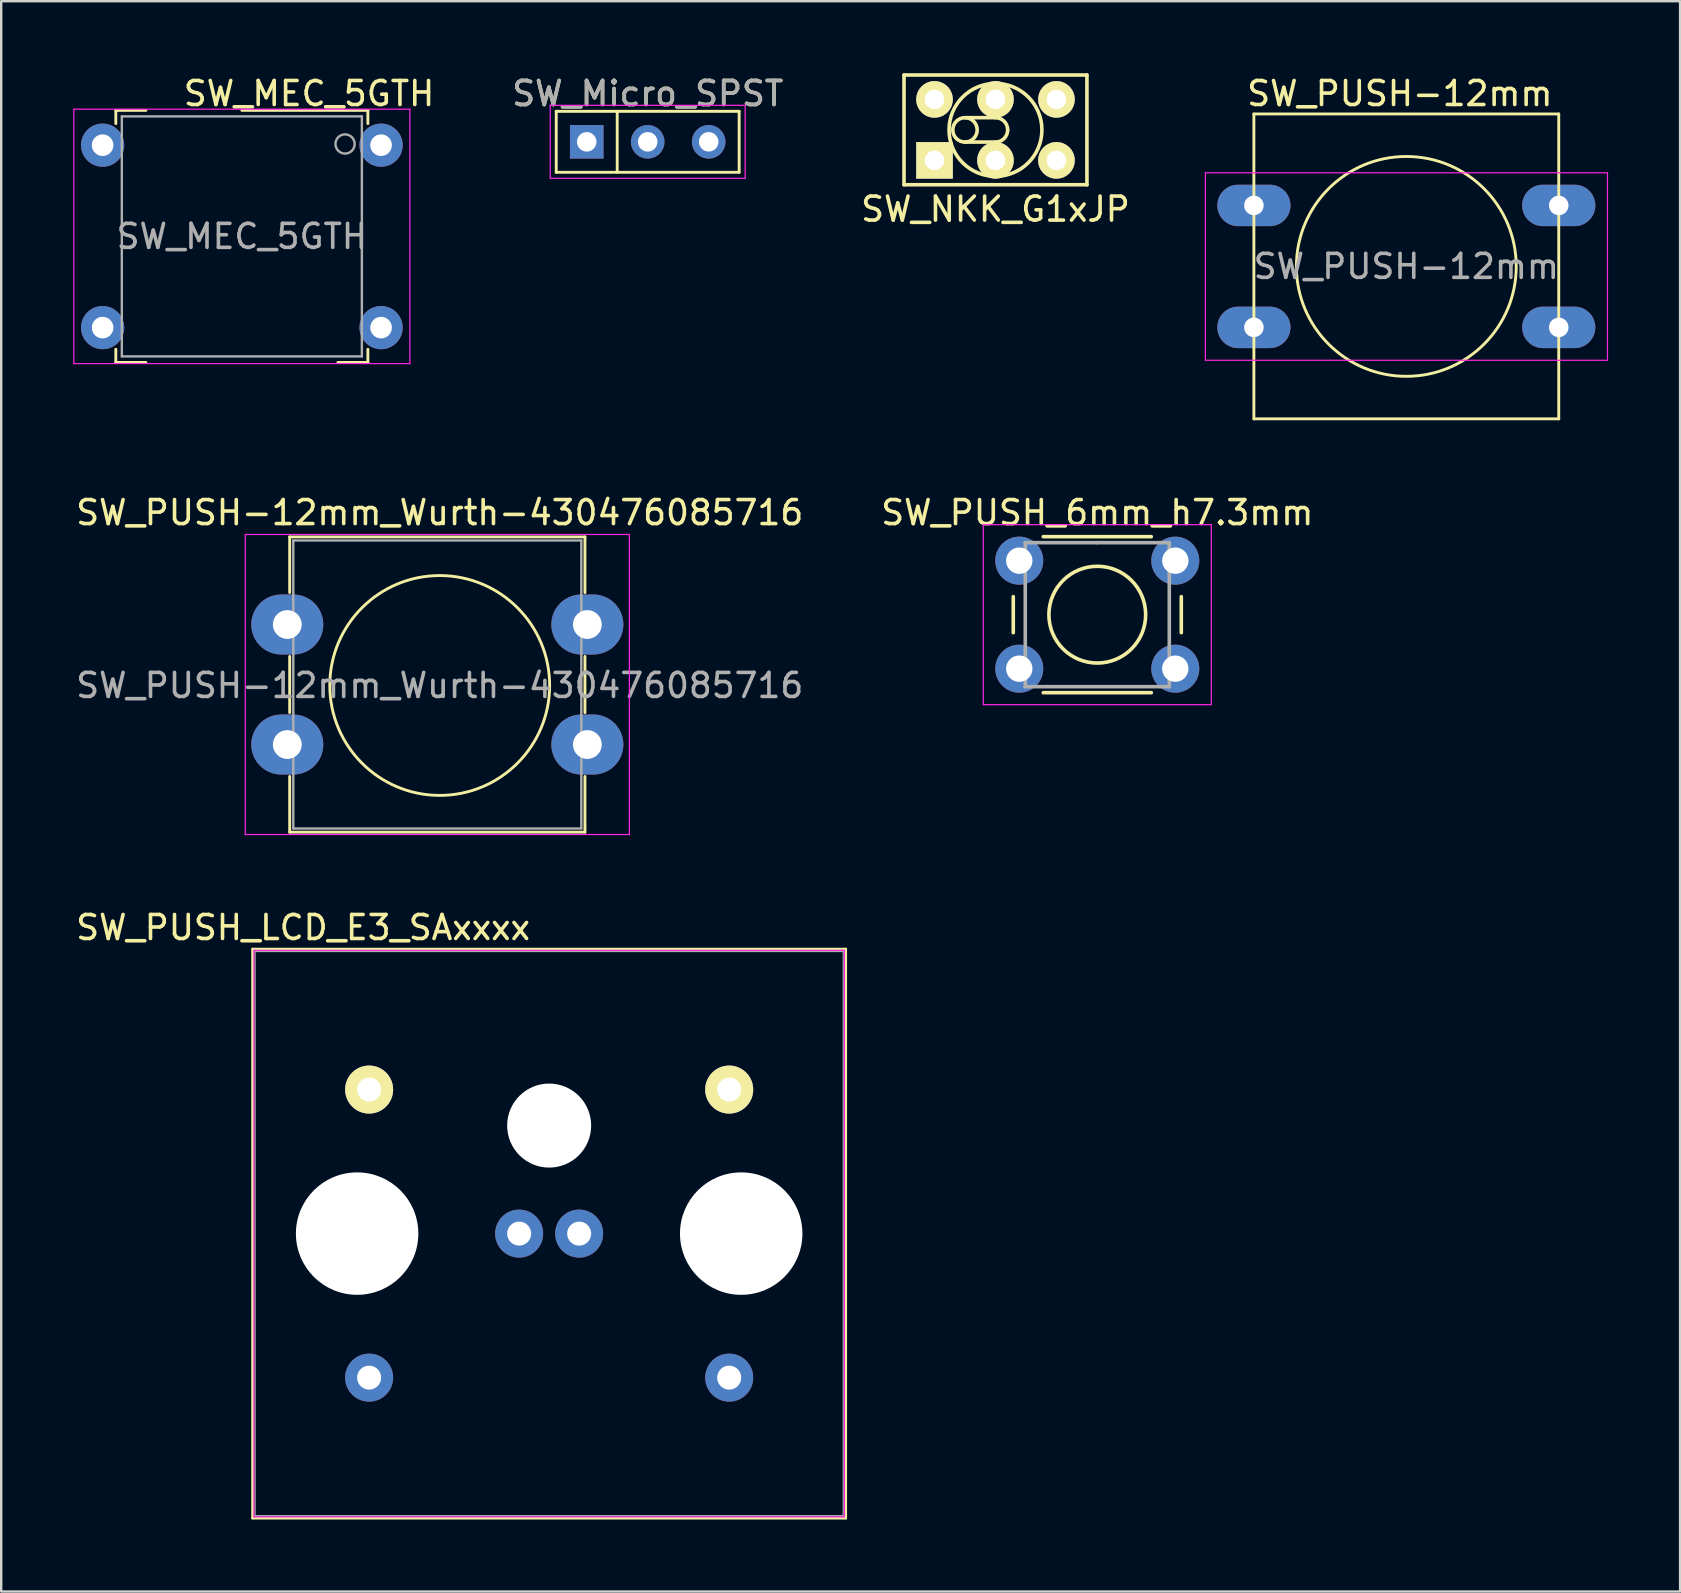
<source format=kicad_pcb>
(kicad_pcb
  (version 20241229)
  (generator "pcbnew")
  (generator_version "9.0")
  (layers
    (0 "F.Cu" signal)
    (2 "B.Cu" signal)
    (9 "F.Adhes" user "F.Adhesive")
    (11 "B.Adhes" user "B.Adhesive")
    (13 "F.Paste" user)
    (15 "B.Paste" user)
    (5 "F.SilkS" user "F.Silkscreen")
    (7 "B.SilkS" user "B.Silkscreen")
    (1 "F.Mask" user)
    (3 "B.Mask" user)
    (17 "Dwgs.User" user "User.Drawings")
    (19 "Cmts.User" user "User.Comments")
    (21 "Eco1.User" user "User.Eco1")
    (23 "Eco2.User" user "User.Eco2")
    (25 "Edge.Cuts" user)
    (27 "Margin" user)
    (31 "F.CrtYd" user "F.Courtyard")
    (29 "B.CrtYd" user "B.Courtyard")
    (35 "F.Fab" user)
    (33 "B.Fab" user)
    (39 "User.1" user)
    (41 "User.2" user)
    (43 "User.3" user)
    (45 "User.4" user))
  (footprint "SW_NKK_G1xJP"
    (layer "F.Cu")
    (at 38.42 2.361)
    (property "Reference" "SW_NKK_G1xJP" (at 0 3.302 0) (layer "F.SilkS") (effects (font (size 1 1) (thickness 0.15))))
    (attr through_hole)
    (fp_line (start -3.81 -2.286) (end -3.81 2.286) (stroke (width 0.15) (type solid)) (layer "F.SilkS"))
    (fp_line (start -3.81 -2.286) (end 3.81 -2.286) (stroke (width 0.15) (type solid)) (layer "F.SilkS"))
    (fp_line (start -1.27 -0.508) (end 0 -0.508) (stroke (width 0.15) (type solid)) (layer "F.SilkS"))
    (fp_line (start 0 0.508) (end -1.27 0.508) (stroke (width 0.15) (type solid)) (layer "F.SilkS"))
    (fp_line (start 3.81 -2.286) (end 3.81 2.286) (stroke (width 0.15) (type solid)) (layer "F.SilkS"))
    (fp_line (start 3.81 2.286) (end -3.81 2.286) (stroke (width 0.15) (type solid)) (layer "F.SilkS"))
    (fp_arc (start 0 -0.508) (mid 0.35921 -0.35921) (end 0.508 0) (stroke (width 0.15) (type solid)) (layer "F.SilkS"))
    (fp_arc (start 0.508 0) (mid 0.35921 0.35921) (end 0 0.508) (stroke (width 0.15) (type solid)) (layer "F.SilkS"))
    (fp_circle (center -1.27 0) (end -1.778 0) (stroke (width 0.15) (type solid)) (fill no) (layer "F.SilkS"))
    (fp_circle (center 0 0) (end -0.762 -1.778) (stroke (width 0.15) (type solid)) (fill no) (layer "F.SilkS"))
    (pad "1" thru_hole rect (at -2.54 1.27) (size 1.524 1.524) (drill 0.813) (layers "*.Cu" "*.Mask" "F.SilkS"))
    (pad "2" thru_hole circle (at 0 1.27) (size 1.524 1.524) (drill 0.813) (layers "*.Cu" "*.Mask" "F.SilkS"))
    (pad "3" thru_hole circle (at 2.54 1.27) (size 1.524 1.524) (drill 0.813) (layers "*.Cu" "*.Mask" "F.SilkS"))
    (pad "4" thru_hole circle (at 2.54 -1.27) (size 1.524 1.524) (drill 0.813) (layers "*.Cu" "*.Mask" "F.SilkS"))
    (pad "5" thru_hole circle (at 0 -1.27) (size 1.524 1.524) (drill 0.813) (layers "*.Cu" "*.Mask" "F.SilkS"))
    (pad "6" thru_hole circle (at -2.54 -1.27) (size 1.524 1.524) (drill 0.813) (layers "*.Cu" "*.Mask" "F.SilkS")))
  (footprint "SW_PUSH_6mm_h7.3mm"
    (layer "F.Cu")
    (at 39.411 20.306)
    (property "Reference" "SW_PUSH_6mm_h7.3mm" (at 3.25 -2 0) (layer "F.SilkS") (effects (font (size 1 1) (thickness 0.15))))
    (attr through_hole)
    (fp_line (start -0.25 1.5) (end -0.25 3) (stroke (width 0.15) (type solid)) (layer "F.SilkS"))
    (fp_line (start 1 5.5) (end 5.5 5.5) (stroke (width 0.15) (type solid)) (layer "F.SilkS"))
    (fp_line (start 5.5 -1) (end 1 -1) (stroke (width 0.15) (type solid)) (layer "F.SilkS"))
    (fp_line (start 6.75 3) (end 6.75 1.5) (stroke (width 0.15) (type solid)) (layer "F.SilkS"))
    (fp_circle (center 3.25 2.25) (end 1.25 2.5) (stroke (width 0.15) (type solid)) (fill no) (layer "F.SilkS"))
    (fp_line (start -1.5 -1.5) (end -1.25 -1.5) (stroke (width 0.05) (type solid)) (layer "F.CrtYd"))
    (fp_line (start -1.5 -1.25) (end -1.5 -1.5) (stroke (width 0.05) (type solid)) (layer "F.CrtYd"))
    (fp_line (start -1.5 5.75) (end -1.5 -1.25) (stroke (width 0.05) (type solid)) (layer "F.CrtYd"))
    (fp_line (start -1.5 5.75) (end -1.5 6) (stroke (width 0.05) (type solid)) (layer "F.CrtYd"))
    (fp_line (start -1.5 6) (end -1.25 6) (stroke (width 0.05) (type solid)) (layer "F.CrtYd"))
    (fp_line (start -1.25 -1.5) (end 7.75 -1.5) (stroke (width 0.05) (type solid)) (layer "F.CrtYd"))
    (fp_line (start 7.75 -1.5) (end 8 -1.5) (stroke (width 0.05) (type solid)) (layer "F.CrtYd"))
    (fp_line (start 7.75 6) (end -1.25 6) (stroke (width 0.05) (type solid)) (layer "F.CrtYd"))
    (fp_line (start 7.75 6) (end 8 6) (stroke (width 0.05) (type solid)) (layer "F.CrtYd"))
    (fp_line (start 8 -1.5) (end 8 -1.25) (stroke (width 0.05) (type solid)) (layer "F.CrtYd"))
    (fp_line (start 8 -1.25) (end 8 5.75) (stroke (width 0.05) (type solid)) (layer "F.CrtYd"))
    (fp_line (start 8 6) (end 8 5.75) (stroke (width 0.05) (type solid)) (layer "F.CrtYd"))
    (fp_line (start 0.25 -0.75) (end 3.25 -0.75) (stroke (width 0.15) (type solid)) (layer "F.Fab"))
    (fp_line (start 0.25 5.25) (end 0.25 -0.75) (stroke (width 0.15) (type solid)) (layer "F.Fab"))
    (fp_line (start 3.25 -0.75) (end 6.25 -0.75) (stroke (width 0.15) (type solid)) (layer "F.Fab"))
    (fp_line (start 6.25 -0.75) (end 6.25 5.25) (stroke (width 0.15) (type solid)) (layer "F.Fab"))
    (fp_line (start 6.25 5.25) (end 0.25 5.25) (stroke (width 0.15) (type solid)) (layer "F.Fab"))
    (pad "1" thru_hole circle (at 0 0 90) (size 2 2) (drill 1.1) (layers "*.Cu" "*.Mask"))
    (pad "1" thru_hole circle (at 6.5 0 90) (size 2 2) (drill 1.1) (layers "*.Cu" "*.Mask"))
    (pad "2" thru_hole circle (at 0 4.5 90) (size 2 2) (drill 1.1) (layers "*.Cu" "*.Mask"))
    (pad "2" thru_hole circle (at 6.5 4.5 90) (size 2 2) (drill 1.1) (layers "*.Cu" "*.Mask")))
  (footprint "SW_PUSH-12mm_Wurth-430476085716"
    (layer "F.Cu")
    (at 8.918 22.966)
    (property "Reference" "SW_PUSH-12mm_Wurth-430476085716" (at 6.35 -4.66 0) (layer "F.SilkS") (effects (font (size 1 1) (thickness 0.15))))
    (attr through_hole)
    (fp_line (start 0.1 -3.65) (end 12.4 -3.65) (stroke (width 0.12) (type solid)) (layer "F.SilkS"))
    (fp_line (start 0.1 -1.33) (end 0.1 -3.65) (stroke (width 0.12) (type solid)) (layer "F.SilkS"))
    (fp_line (start 0.1 3.67) (end 0.1 1.33) (stroke (width 0.12) (type solid)) (layer "F.SilkS"))
    (fp_line (start 0.1 8.65) (end 0.1 6.33) (stroke (width 0.12) (type solid)) (layer "F.SilkS"))
    (fp_line (start 12.4 -3.65) (end 12.4 -1.33) (stroke (width 0.12) (type solid)) (layer "F.SilkS"))
    (fp_line (start 12.4 1.33) (end 12.4 3.67) (stroke (width 0.12) (type solid)) (layer "F.SilkS"))
    (fp_line (start 12.4 6.33) (end 12.4 8.65) (stroke (width 0.12) (type solid)) (layer "F.SilkS"))
    (fp_line (start 12.4 8.65) (end 0.1 8.65) (stroke (width 0.12) (type solid)) (layer "F.SilkS"))
    (fp_circle (center 6.35 2.54) (end 10.929 2.54) (stroke (width 0.12) (type solid)) (fill no) (layer "F.SilkS"))
    (fp_line (start -1.75 -3.75) (end -1.75 8.75) (stroke (width 0.05) (type solid)) (layer "F.CrtYd"))
    (fp_line (start -1.75 8.75) (end 14.25 8.75) (stroke (width 0.05) (type solid)) (layer "F.CrtYd"))
    (fp_line (start 14.25 -3.75) (end -1.75 -3.75) (stroke (width 0.05) (type solid)) (layer "F.CrtYd"))
    (fp_line (start 14.25 8.75) (end 14.25 -3.75) (stroke (width 0.05) (type solid)) (layer "F.CrtYd"))
    (fp_line (start 0.25 -3.5) (end 0.25 8.5) (stroke (width 0.1) (type solid)) (layer "F.Fab"))
    (fp_line (start 0.25 8.5) (end 12.25 8.5) (stroke (width 0.1) (type solid)) (layer "F.Fab"))
    (fp_line (start 12.25 -3.5) (end 0.25 -3.5) (stroke (width 0.1) (type solid)) (layer "F.Fab"))
    (fp_line (start 12.25 8.5) (end 12.25 -3.5) (stroke (width 0.1) (type solid)) (layer "F.Fab"))
    (fp_text user "${REFERENCE}" (at 6.35 2.54 0) (layer "F.Fab") (effects (font (size 1 1) (thickness 0.15))))
    (pad "1" thru_hole oval (at 0 0) (size 3 2.5) (drill 1.2) (layers "*.Cu" "*.Mask"))
    (pad "1" thru_hole oval (at 12.5 0) (size 3 2.5) (drill 1.2) (layers "*.Cu" "*.Mask"))
    (pad "2" thru_hole oval (at 0 5) (size 3 2.5) (drill 1.2) (layers "*.Cu" "*.Mask"))
    (pad "2" thru_hole oval (at 12.5 5) (size 3 2.5) (drill 1.2) (layers "*.Cu" "*.Mask")))
  (footprint "SW_MEC_5GTH"
    (layer "F.Cu")
    (at 12.825 2.998)
    (property "Reference" "SW_MEC_5GTH" (at -3 -2.15 0) (layer "F.SilkS") (effects (font (size 1 1) (thickness 0.15))))
    (attr through_hole)
    (fp_line (start -11.05 -1.45) (end -9.8 -1.45) (stroke (width 0.12) (type solid)) (layer "F.SilkS"))
    (fp_line (start -11.05 -0.9) (end -11.05 -1.45) (stroke (width 0.12) (type solid)) (layer "F.SilkS"))
    (fp_line (start -11.05 8.5) (end -11.05 9.05) (stroke (width 0.12) (type solid)) (layer "F.SilkS"))
    (fp_line (start -11.05 9.05) (end -9.8 9.05) (stroke (width 0.12) (type solid)) (layer "F.SilkS"))
    (fp_line (start -0.55 -1.45) (end -5.8 -1.45) (stroke (width 0.12) (type solid)) (layer "F.SilkS"))
    (fp_line (start -0.55 -0.9) (end -0.55 -1.45) (stroke (width 0.12) (type solid)) (layer "F.SilkS"))
    (fp_line (start -0.55 8.5) (end -0.55 9.05) (stroke (width 0.12) (type solid)) (layer "F.SilkS"))
    (fp_line (start -0.55 9.05) (end -1.8 9.05) (stroke (width 0.12) (type solid)) (layer "F.SilkS"))
    (fp_line (start -12.8 -1.5) (end 1.2 -1.5) (stroke (width 0.05) (type solid)) (layer "F.CrtYd"))
    (fp_line (start -12.8 9.1) (end -12.8 -1.5) (stroke (width 0.05) (type solid)) (layer "F.CrtYd"))
    (fp_line (start 1.2 -1.5) (end 1.2 9.1) (stroke (width 0.05) (type solid)) (layer "F.CrtYd"))
    (fp_line (start 1.2 9.1) (end -12.8 9.1) (stroke (width 0.05) (type solid)) (layer "F.CrtYd"))
    (fp_line (start -10.8 -1.2) (end -0.8 -1.2) (stroke (width 0.1) (type solid)) (layer "F.Fab"))
    (fp_line (start -10.8 8.8) (end -10.8 -1.2) (stroke (width 0.1) (type solid)) (layer "F.Fab"))
    (fp_line (start -0.8 -1.2) (end -0.8 8.8) (stroke (width 0.1) (type solid)) (layer "F.Fab"))
    (fp_line (start -0.8 8.8) (end -10.8 8.8) (stroke (width 0.1) (type solid)) (layer "F.Fab"))
    (fp_circle (center -1.5 -0.05) (end -1.1 -0.05) (stroke (width 0.1) (type solid)) (fill no) (layer "F.Fab"))
    (fp_text user "${REFERENCE}" (at -5.8 3.8 0) (layer "F.Fab") (effects (font (size 1 1) (thickness 0.15))))
    (pad "1" thru_hole circle (at 0 0) (size 1.8 1.8) (drill 0.9) (layers "*.Cu" "*.Mask"))
    (pad "2" thru_hole circle (at -11.6 0) (size 1.8 1.8) (drill 0.9) (layers "*.Cu" "*.Mask"))
    (pad "3" thru_hole circle (at 0 7.6) (size 1.8 1.8) (drill 0.9) (layers "*.Cu" "*.Mask"))
    (pad "4" thru_hole circle (at -11.6 7.6) (size 1.8 1.8) (drill 0.9) (layers "*.Cu" "*.Mask")))
  (footprint "SW_Micro_SPST"
    (layer "F.Cu")
    (at 21.392 2.858)
    (property "Reference" "SW_Micro_SPST" (at 2.54 -2.01 0) (layer "F.SilkS") (effects (font (size 1 1) (thickness 0.15))))
    (attr through_hole)
    (fp_line (start -1.27 -1.27) (end 6.35 -1.27) (stroke (width 0.12) (type solid)) (layer "F.SilkS"))
    (fp_line (start -1.27 1.27) (end -1.27 -1.27) (stroke (width 0.12) (type solid)) (layer "F.SilkS"))
    (fp_line (start 1.27 -1.27) (end 1.27 1.27) (stroke (width 0.12) (type solid)) (layer "F.SilkS"))
    (fp_line (start 6.35 -1.27) (end 6.35 1.27) (stroke (width 0.12) (type solid)) (layer "F.SilkS"))
    (fp_line (start 6.35 1.27) (end -1.27 1.27) (stroke (width 0.12) (type solid)) (layer "F.SilkS"))
    (fp_line (start -1.52 -1.52) (end -1.52 1.52) (stroke (width 0.05) (type solid)) (layer "F.CrtYd"))
    (fp_line (start -1.52 -1.52) (end 6.6 -1.52) (stroke (width 0.05) (type solid)) (layer "F.CrtYd"))
    (fp_line (start 6.6 1.52) (end -1.52 1.52) (stroke (width 0.05) (type solid)) (layer "F.CrtYd"))
    (fp_line (start 6.6 1.52) (end 6.6 -1.52) (stroke (width 0.05) (type solid)) (layer "F.CrtYd"))
    (fp_text user "${REFERENCE}" (at 2.54 -2.01 0) (layer "F.Fab") (effects (font (size 1 1) (thickness 0.15))))
    (pad "1" thru_hole rect (at 0 0) (size 1.397 1.397) (drill 0.813) (layers "*.Cu" "*.Mask"))
    (pad "2" thru_hole circle (at 2.54 0) (size 1.397 1.397) (drill 0.813) (layers "*.Cu" "*.Mask"))
    (pad "3" thru_hole circle (at 5.08 0) (size 1.397 1.397) (drill 0.813) (layers "*.Cu" "*.Mask")))
  (footprint "SW_PUSH_LCD_E3_SAxxxx"
    (layer "F.Cu")
    (at 27.327 42.34)
    (property "Reference" "SW_PUSH_LCD_E3_SAxxxx" (at -17.75 -6.75 0) (layer "F.SilkS") (effects (font (size 1 1) (thickness 0.15))))
    (attr through_hole)
    (fp_line (start -19.85 -5.85) (end -19.85 17.85) (stroke (width 0.12) (type solid)) (layer "F.SilkS"))
    (fp_line (start -19.85 17.85) (end 4.85 17.85) (stroke (width 0.12) (type solid)) (layer "F.SilkS"))
    (fp_line (start 4.85 -5.85) (end -19.85 -5.85) (stroke (width 0.12) (type solid)) (layer "F.SilkS"))
    (fp_line (start 4.85 17.85) (end 4.85 -5.85) (stroke (width 0.12) (type solid)) (layer "F.SilkS"))
    (fp_line (start -19.8 -5.8) (end -19.8 17.8) (stroke (width 0.05) (type solid)) (layer "F.CrtYd"))
    (fp_line (start -19.8 17.8) (end 4.8 17.8) (stroke (width 0.05) (type solid)) (layer "F.CrtYd"))
    (fp_line (start 4.8 -5.8) (end -19.8 -5.8) (stroke (width 0.05) (type solid)) (layer "F.CrtYd"))
    (fp_line (start 4.8 17.8) (end 4.8 -5.8) (stroke (width 0.05) (type solid)) (layer "F.CrtYd"))
    (fp_line (start -19.75 -5.75) (end -19.75 17.75) (stroke (width 0.05) (type solid)) (layer "F.Fab"))
    (fp_line (start -19.75 17.75) (end 4.75 17.75) (stroke (width 0.05) (type solid)) (layer "F.Fab"))
    (fp_line (start 4.75 -5.75) (end -19.75 -5.75) (stroke (width 0.05) (type solid)) (layer "F.Fab"))
    (fp_line (start 4.75 -5.75) (end 4.75 17.75) (stroke (width 0.05) (type solid)) (layer "F.Fab"))
    (pad "" np_thru_hole circle (at -15.5 6) (size 5.1 5.1) (drill 5.1) (layers "*.Cu" "*.Mask"))
    (pad "" np_thru_hole circle (at -7.5 1.5) (size 3.5 3.5) (drill 3.5) (layers "*.Cu" "*.Mask"))
    (pad "" np_thru_hole circle (at 0.5 6) (size 5.1 5.1) (drill 5.1) (layers "*.Cu" "*.Mask"))
    (pad "1" thru_hole circle (at 0 0) (size 2 2) (drill 1) (layers "*.Cu" "*.Mask" "F.SilkS"))
    (pad "2" thru_hole circle (at 0 12) (size 2 2) (drill 1) (layers "*.Cu" "*.Mask"))
    (pad "3" thru_hole circle (at -15 0) (size 2 2) (drill 1) (layers "*.Cu" "*.Mask" "F.SilkS"))
    (pad "4" thru_hole circle (at -15 12) (size 2 2) (drill 1) (layers "*.Cu" "*.Mask"))
    (pad "5" thru_hole circle (at -8.75 6) (size 2 2) (drill 1) (layers "*.Cu" "*.Mask"))
    (pad "6" thru_hole circle (at -6.25 6) (size 2 2) (drill 1) (layers "*.Cu" "*.Mask")))
  (footprint "SW_PUSH-12mm"
    (layer "F.Cu")
    (at 49.185 5.508)
    (property "Reference" "SW_PUSH-12mm" (at 6.08 -4.66 0) (layer "F.SilkS") (effects (font (size 1 1) (thickness 0.15))))
    (attr through_hole)
    (fp_line (start 0 -3.81) (end 12.7 -3.81) (stroke (width 0.12) (type solid)) (layer "F.SilkS"))
    (fp_line (start 0 8.89) (end 0 -3.81) (stroke (width 0.12) (type solid)) (layer "F.SilkS"))
    (fp_line (start 12.7 -3.81) (end 12.7 8.89) (stroke (width 0.12) (type solid)) (layer "F.SilkS"))
    (fp_line (start 12.7 8.89) (end 0 8.89) (stroke (width 0.12) (type solid)) (layer "F.SilkS"))
    (fp_circle (center 6.35 2.54) (end 10.16 5.08) (stroke (width 0.12) (type solid)) (fill no) (layer "F.SilkS"))
    (fp_line (start -2.02 -1.36) (end -2.02 6.45) (stroke (width 0.05) (type solid)) (layer "F.CrtYd"))
    (fp_line (start -2.02 -1.36) (end 14.73 -1.36) (stroke (width 0.05) (type solid)) (layer "F.CrtYd"))
    (fp_line (start 14.73 6.45) (end -2.02 6.45) (stroke (width 0.05) (type solid)) (layer "F.CrtYd"))
    (fp_line (start 14.73 6.45) (end 14.73 -1.36) (stroke (width 0.05) (type solid)) (layer "F.CrtYd"))
    (fp_text user "${REFERENCE}" (at 6.35 2.54 0) (layer "F.Fab") (effects (font (size 1 1) (thickness 0.15))))
    (pad "1" thru_hole oval (at 0 0) (size 3.048 1.727) (drill 0.813) (layers "*.Cu" "*.Mask"))
    (pad "1" thru_hole oval (at 12.7 0) (size 3.048 1.727) (drill 0.813) (layers "*.Cu" "*.Mask"))
    (pad "2" thru_hole oval (at 0 5.08) (size 3.048 1.727) (drill 0.813) (layers "*.Cu" "*.Mask"))
    (pad "2" thru_hole oval (at 12.7 5.08) (size 3.048 1.727) (drill 0.813) (layers "*.Cu" "*.Mask")))
  (gr_rect
    (start -3 -3)
    (end 66.94 63.25)
    (stroke (width 0.1) (type default))
    (fill no)
    (layer "Edge.Cuts")))
</source>
